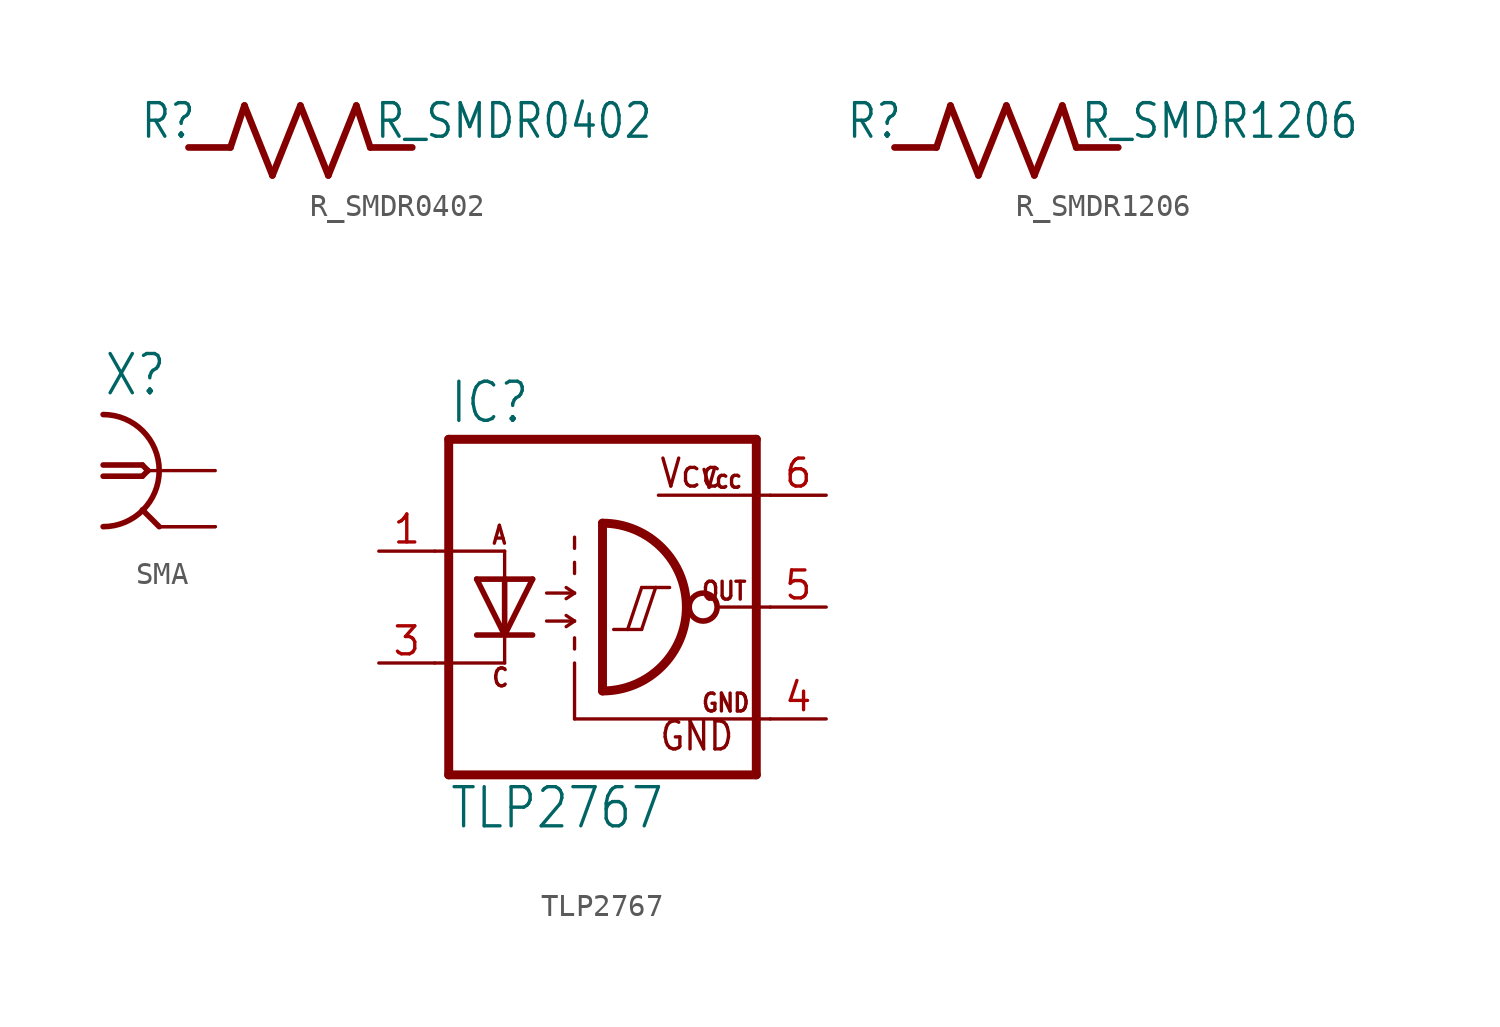
<source format=kicad_sym>
(kicad_symbol_lib
  (version 20211014)
  (generator kicad_symbol_editor)
  (symbol "R_SMDR0402"
    (property "Reference" "R"
      (at -7.303 0.318 0)
      (effects (font (size 1.524 1.295)) (justify left bottom)))
    (property "Value" "R_SMDR0402"
      (at 3.334 0.318 0)
      (effects (font (size 1.524 1.295)) (justify left bottom)))
    (property "ki_locked" ""
      (at 0 0 0)
      (effects (font (size 1.27 1.27))))
    (symbol "R_SMDR0402_1_0"
      (polyline (pts (xy -3.175 0) (xy -5.08 0)) (stroke (width 0.305) (type default) (color 0 0 0 0)) (fill (type none)))
      (polyline (pts (xy -2.54 1.905) (xy -3.175 0)) (stroke (width 0.305) (type default) (color 0 0 0 0)) (fill (type none)))
      (polyline (pts (xy -2.54 1.905) (xy -1.27 -1.27)) (stroke (width 0.305) (type default) (color 0 0 0 0)) (fill (type none)))
      (polyline (pts (xy -1.27 -1.27) (xy 0 1.905)) (stroke (width 0.305) (type default) (color 0 0 0 0)) (fill (type none)))
      (polyline (pts (xy 0 1.905) (xy 1.27 -1.27)) (stroke (width 0.305) (type default) (color 0 0 0 0)) (fill (type none)))
      (polyline (pts (xy 1.27 -1.27) (xy 2.54 1.905)) (stroke (width 0.305) (type default) (color 0 0 0 0)) (fill (type none)))
      (polyline (pts (xy 2.54 1.905) (xy 3.175 0)) (stroke (width 0.305) (type default) (color 0 0 0 0)) (fill (type none)))
      (polyline (pts (xy 3.175 0) (xy 5.08 0)) (stroke (width 0.305) (type default) (color 0 0 0 0)) (fill (type none)))
      (pin passive line (at -5.08 0 0) (length 0) (name "1" (effects (font (size 0 0)))) (number "P$1" (effects (font (size 0 0)))))
      (pin passive line (at 5.08 0 180) (length 0) (name "2" (effects (font (size 0 0)))) (number "P$2" (effects (font (size 0 0)))))))
  (symbol "R_SMDR1206"
    (property "Reference" "R"
      (at -7.303 0.318 0)
      (effects (font (size 1.524 1.295)) (justify left bottom)))
    (property "Value" "R_SMDR1206"
      (at 3.334 0.318 0)
      (effects (font (size 1.524 1.295)) (justify left bottom)))
    (property "ki_locked" ""
      (at 0 0 0)
      (effects (font (size 1.27 1.27))))
    (symbol "R_SMDR1206_1_0"
      (polyline (pts (xy -3.175 0) (xy -5.08 0)) (stroke (width 0.305) (type default) (color 0 0 0 0)) (fill (type none)))
      (polyline (pts (xy -2.54 1.905) (xy -3.175 0)) (stroke (width 0.305) (type default) (color 0 0 0 0)) (fill (type none)))
      (polyline (pts (xy -2.54 1.905) (xy -1.27 -1.27)) (stroke (width 0.305) (type default) (color 0 0 0 0)) (fill (type none)))
      (polyline (pts (xy -1.27 -1.27) (xy 0 1.905)) (stroke (width 0.305) (type default) (color 0 0 0 0)) (fill (type none)))
      (polyline (pts (xy 0 1.905) (xy 1.27 -1.27)) (stroke (width 0.305) (type default) (color 0 0 0 0)) (fill (type none)))
      (polyline (pts (xy 1.27 -1.27) (xy 2.54 1.905)) (stroke (width 0.305) (type default) (color 0 0 0 0)) (fill (type none)))
      (polyline (pts (xy 2.54 1.905) (xy 3.175 0)) (stroke (width 0.305) (type default) (color 0 0 0 0)) (fill (type none)))
      (polyline (pts (xy 3.175 0) (xy 5.08 0)) (stroke (width 0.305) (type default) (color 0 0 0 0)) (fill (type none)))
      (pin passive line (at -5.08 0 0) (length 0) (name "1" (effects (font (size 0 0)))) (number "P$1" (effects (font (size 0 0)))))
      (pin passive line (at 5.08 0 180) (length 0) (name "2" (effects (font (size 0 0)))) (number "P$2" (effects (font (size 0 0)))))))
  (symbol "SMA"
    (property "Reference" "X"
      (at -2.54 3.302 0)
      (effects (font (size 1.778 1.511)) (justify left bottom)))
    (property "ki_locked" ""
      (at 0 0 0)
      (effects (font (size 1.27 1.27))))
    (symbol "SMA_1_0"
      (arc (start -2.54 -2.54) (mid 0 0) (end -2.54 2.54) (stroke (width 0.254) (type default) (color 0 0 0 0)) (fill (type none)))
      (polyline (pts (xy -2.54 0.254) (xy -0.762 0.254)) (stroke (width 0.254) (type default) (color 0 0 0 0)) (fill (type none)))
      (polyline (pts (xy -0.762 -0.254) (xy -2.54 -0.254)) (stroke (width 0.254) (type default) (color 0 0 0 0)) (fill (type none)))
      (polyline (pts (xy -0.762 0.254) (xy -0.508 0)) (stroke (width 0.254) (type default) (color 0 0 0 0)) (fill (type none)))
      (polyline (pts (xy -0.508 0) (xy -0.762 -0.254)) (stroke (width 0.254) (type default) (color 0 0 0 0)) (fill (type none)))
      (polyline (pts (xy 0 -2.54) (xy -0.762 -1.778)) (stroke (width 0.254) (type default) (color 0 0 0 0)) (fill (type none)))
      (polyline (pts (xy 0 0) (xy -0.508 0)) (stroke (width 0.152) (type default) (color 0 0 0 0)) (fill (type none)))
      (pin passive line (at 2.54 0 180) (length 2.54) (name "1" (effects (font (size 0 0)))) (number "P$1" (effects (font (size 0 0)))))
      (pin passive line (at 2.54 -2.54 180) (length 2.54) (name "2" (effects (font (size 0 0)))) (number "P$GND" (effects (font (size 0 0)))))
      (pin passive line (at 2.54 -2.54 180) (length 2.54) (name "2" (effects (font (size 0 0)))) (number "P$GND2" (effects (font (size 0 0)))))))
  (symbol "TLP2767"
    (property "Reference" "IC"
      (at -6.985 8.255 0)
      (effects (font (size 1.778 1.511)) (justify left bottom)))
    (property "Value" "TLP2767"
      (at -6.985 -10.16 0)
      (effects (font (size 1.778 1.511)) (justify left bottom)))
    (property "ki_locked" ""
      (at 0 0 0)
      (effects (font (size 1.27 1.27))))
    (symbol "TLP2767_1_0"
      (arc (start 0 -3.81) (mid 3.81 0) (end 0 3.81) (stroke (width 0.4064) (type default) (color 0 0 0 0)) (fill (type none)))
      (polyline (pts (xy -7.62 -2.54) (xy -4.445 -2.54)) (stroke (width 0.152) (type default) (color 0 0 0 0)) (fill (type none)))
      (polyline (pts (xy -7.62 2.54) (xy -4.445 2.54)) (stroke (width 0.152) (type default) (color 0 0 0 0)) (fill (type none)))
      (polyline (pts (xy -6.985 7.62) (xy -6.985 -7.62)) (stroke (width 0.406) (type default) (color 0 0 0 0)) (fill (type none)))
      (polyline (pts (xy -4.445 -2.54) (xy -4.445 -1.27)) (stroke (width 0.152) (type default) (color 0 0 0 0)) (fill (type none)))
      (polyline (pts (xy -4.445 -1.27) (xy -5.715 -1.27)) (stroke (width 0.254) (type default) (color 0 0 0 0)) (fill (type none)))
      (polyline (pts (xy -4.445 -1.27) (xy -5.715 1.27)) (stroke (width 0.254) (type default) (color 0 0 0 0)) (fill (type none)))
      (polyline (pts (xy -4.445 1.27) (xy -5.715 1.27)) (stroke (width 0.254) (type default) (color 0 0 0 0)) (fill (type none)))
      (polyline (pts (xy -4.445 1.27) (xy -4.445 -1.27)) (stroke (width 0.254) (type default) (color 0 0 0 0)) (fill (type none)))
      (polyline (pts (xy -4.445 1.27) (xy -4.445 2.54)) (stroke (width 0.152) (type default) (color 0 0 0 0)) (fill (type none)))
      (polyline (pts (xy -3.175 -1.27) (xy -4.445 -1.27)) (stroke (width 0.254) (type default) (color 0 0 0 0)) (fill (type none)))
      (polyline (pts (xy -3.175 1.27) (xy -4.445 -1.27)) (stroke (width 0.254) (type default) (color 0 0 0 0)) (fill (type none)))
      (polyline (pts (xy -3.175 1.27) (xy -4.445 1.27)) (stroke (width 0.254) (type default) (color 0 0 0 0)) (fill (type none)))
      (polyline (pts (xy -2.54 -0.635) (xy -1.27 -0.635)) (stroke (width 0.152) (type default) (color 0 0 0 0)) (fill (type none)))
      (polyline (pts (xy -2.54 0.635) (xy -1.27 0.635)) (stroke (width 0.152) (type default) (color 0 0 0 0)) (fill (type none)))
      (polyline (pts (xy -1.27 -5.08) (xy -1.27 -2.54)) (stroke (width 0.152) (type default) (color 0 0 0 0)) (fill (type none)))
      (polyline (pts (xy -1.27 -5.08) (xy 7.62 -5.08)) (stroke (width 0.152) (type default) (color 0 0 0 0)) (fill (type none)))
      (polyline (pts (xy -1.27 -1.905) (xy -1.27 -1.397)) (stroke (width 0.152) (type default) (color 0 0 0 0)) (fill (type none)))
      (polyline (pts (xy -1.27 -0.635) (xy -1.651 -0.889)) (stroke (width 0.152) (type default) (color 0 0 0 0)) (fill (type none)))
      (polyline (pts (xy -1.27 -0.635) (xy -1.651 -0.381)) (stroke (width 0.152) (type default) (color 0 0 0 0)) (fill (type none)))
      (polyline (pts (xy -1.27 0.635) (xy -1.651 0.381)) (stroke (width 0.152) (type default) (color 0 0 0 0)) (fill (type none)))
      (polyline (pts (xy -1.27 0.635) (xy -1.651 0.889)) (stroke (width 0.152) (type default) (color 0 0 0 0)) (fill (type none)))
      (polyline (pts (xy -1.27 1.524) (xy -1.27 2.032)) (stroke (width 0.152) (type default) (color 0 0 0 0)) (fill (type none)))
      (polyline (pts (xy -1.27 2.667) (xy -1.27 3.175)) (stroke (width 0.152) (type default) (color 0 0 0 0)) (fill (type none)))
      (polyline (pts (xy 0 3.81) (xy 0 -3.81)) (stroke (width 0.406) (type default) (color 0 0 0 0)) (fill (type none)))
      (polyline (pts (xy 0.508 -1.016) (xy 1.143 -1.016)) (stroke (width 0.152) (type default) (color 0 0 0 0)) (fill (type none)))
      (polyline (pts (xy 1.143 -1.016) (xy 1.778 -1.016)) (stroke (width 0.152) (type default) (color 0 0 0 0)) (fill (type none)))
      (polyline (pts (xy 1.143 -1.016) (xy 1.778 0.889)) (stroke (width 0.152) (type default) (color 0 0 0 0)) (fill (type none)))
      (polyline (pts (xy 1.778 -1.016) (xy 2.413 0.889)) (stroke (width 0.152) (type default) (color 0 0 0 0)) (fill (type none)))
      (polyline (pts (xy 1.778 0.889) (xy 2.413 0.889)) (stroke (width 0.152) (type default) (color 0 0 0 0)) (fill (type none)))
      (polyline (pts (xy 2.413 0.889) (xy 3.048 0.889)) (stroke (width 0.152) (type default) (color 0 0 0 0)) (fill (type none)))
      (polyline (pts (xy 2.54 5.08) (xy 7.62 5.08)) (stroke (width 0.152) (type default) (color 0 0 0 0)) (fill (type none)))
      (polyline (pts (xy 5.334 0) (xy 7.62 0)) (stroke (width 0.152) (type default) (color 0 0 0 0)) (fill (type none)))
      (polyline (pts (xy 6.985 -7.62) (xy -6.985 -7.62)) (stroke (width 0.406) (type default) (color 0 0 0 0)) (fill (type none)))
      (polyline (pts (xy 6.985 7.62) (xy -6.985 7.62)) (stroke (width 0.406) (type default) (color 0 0 0 0)) (fill (type none)))
      (polyline (pts (xy 6.985 7.62) (xy 6.985 -7.62)) (stroke (width 0.406) (type default) (color 0 0 0 0)) (fill (type none)))
      (circle (center 4.572 0) (radius 0.635) (stroke (width 0.254) (type default) (color 0 0 0 0)) (fill (type none)))
      (text "A" (at -5.08 2.794 0) (effects (font (size 0.813 0.691)) (justify left bottom)))
      (text "C" (at -5.08 -3.683 0) (effects (font (size 0.813 0.691)) (justify left bottom)))
      (text "GND" (at 2.54 -6.604 0) (effects (font (size 1.27 1.079)) (justify left bottom)))
      (text "GND" (at 4.445 -4.826 0) (effects (font (size 0.813 0.691)) (justify left bottom)))
      (text "OUT" (at 4.445 0.254 0) (effects (font (size 0.813 0.691)) (justify left bottom)))
      (text "Vcc" (at 2.54 5.334 0) (effects (font (size 1.27 1.079)) (justify left bottom)))
      (text "Vcc" (at 4.445 5.334 0) (effects (font (size 0.813 0.691)) (justify left bottom)))
      (pin passive line (at -10.16 2.54 0) (length 2.54) (name "A" (effects (font (size 0 0)))) (number "1" (effects (font (size 1.27 1.27)))))
      (pin passive line (at -10.16 -2.54 0) (length 2.54) (name "C" (effects (font (size 0 0)))) (number "3" (effects (font (size 1.27 1.27)))))
      (pin passive line (at 10.16 -5.08 180) (length 2.54) (name "GND" (effects (font (size 0 0)))) (number "4" (effects (font (size 1.27 1.27)))))
      (pin passive line (at 10.16 0 180) (length 2.54) (name "OUT" (effects (font (size 0 0)))) (number "5" (effects (font (size 1.27 1.27)))))
      (pin passive line (at 10.16 5.08 180) (length 2.54) (name "VCC" (effects (font (size 0 0)))) (number "6" (effects (font (size 1.27 1.27))))))))
</source>
